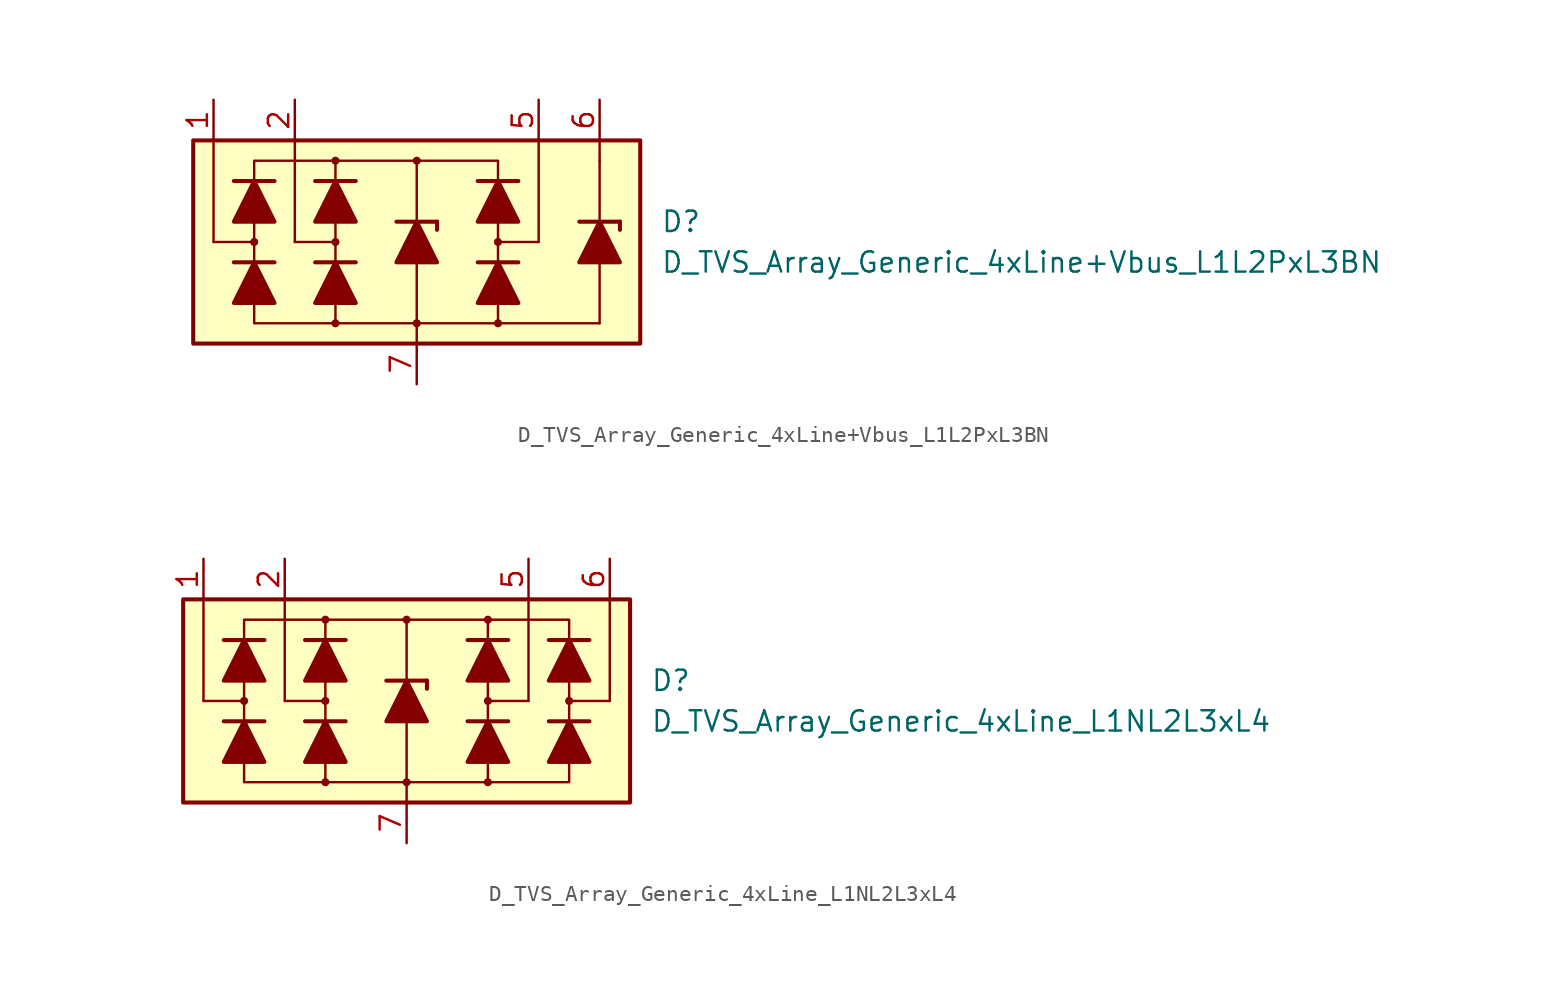
<source format=kicad_sym>
(kicad_symbol_lib
  (version 20211014)
  (generator kicad_symbol_editor)
  (symbol "D_TVS_Array_Generic_4xLine+Vbus_L1L2PxL3BN"
    (pin_names
      (offset 1.016) hide)
    (property "Reference" "D"
      (at 15.24 1.27 0)
      (effects (font (size 1.27 1.27)) (justify left)))
    (property "Value" "D_TVS_Array_Generic_4xLine+Vbus_L1L2PxL3BN"
      (at 15.24 -1.27 0)
      (effects (font (size 1.27 1.27)) (justify left)))
    (symbol "D_TVS_Array_Generic_4xLine+Vbus_L1L2PxL3BN_0_1"
      (rectangle (start -13.97 6.35) (end 13.97 -6.35) (stroke (width 0.254) (type default) (color 0 0 0 0)) (fill (type background)))
      (circle (center -5.08 0) (radius 0.178) (stroke (width 0) (type default) (color 0 0 0 0)) (fill (type outline)))
      (polyline (pts (xy -7.62 0) (xy -7.62 6.35)) (stroke (width 0) (type default) (color 0 0 0 0)) (fill (type none)))
      (polyline (pts (xy -5.08 -1.27) (xy -5.08 1.27)) (stroke (width 0) (type default) (color 0 0 0 0)) (fill (type none)))
      (polyline (pts (xy -5.08 0) (xy -7.62 0)) (stroke (width 0) (type default) (color 0 0 0 0)) (fill (type none)))
      (polyline (pts (xy 0 -5.08) (xy 0 -6.35)) (stroke (width 0) (type default) (color 0 0 0 0)) (fill (type none)))
      (polyline (pts (xy 0 -1.27) (xy 0 -5.08)) (stroke (width 0) (type default) (color 0 0 0 0)) (fill (type none)))
      (polyline (pts (xy 0 5.08) (xy 0 1.27)) (stroke (width 0) (type default) (color 0 0 0 0)) (fill (type none)))
      (polyline (pts (xy 5.08 -5.08) (xy 11.43 -5.08)) (stroke (width 0) (type default) (color 0 0 0 0)) (fill (type none)))
      (polyline (pts (xy 5.08 -1.27) (xy 5.08 1.27)) (stroke (width 0) (type default) (color 0 0 0 0)) (fill (type none)))
      (polyline (pts (xy 5.08 0) (xy 7.62 0)) (stroke (width 0) (type default) (color 0 0 0 0)) (fill (type none)))
      (polyline (pts (xy 7.62 0) (xy 7.62 6.35)) (stroke (width 0) (type default) (color 0 0 0 0)) (fill (type none)))
      (polyline (pts (xy 11.43 5.08) (xy 11.43 6.35)) (stroke (width 0) (type default) (color 0 0 0 0)) (fill (type none)))
      (polyline (pts (xy -5.08 -5.08) (xy -10.16 -5.08) (xy -10.16 5.08) (xy -5.08 5.08)) (stroke (width 0) (type default) (color 0 0 0 0)) (fill (type none)))
      (polyline (pts (xy -5.08 -3.81) (xy -5.08 -5.08) (xy 5.08 -5.08) (xy 5.08 -3.81)) (stroke (width 0) (type default) (color 0 0 0 0)) (fill (type none)))
      (polyline (pts (xy -5.08 3.81) (xy -5.08 5.08) (xy 5.08 5.08) (xy 5.08 3.81)) (stroke (width 0) (type default) (color 0 0 0 0)) (fill (type none)))
      (circle (center 0 5.08) (radius 0.178) (stroke (width 0) (type default) (color 0 0 0 0)) (fill (type outline)))
      (circle (center 5.08 0) (radius 0.178) (stroke (width 0) (type default) (color 0 0 0 0)) (fill (type outline))))
    (symbol "D_TVS_Array_Generic_4xLine+Vbus_L1L2PxL3BN_1_1"
      (circle (center -10.16 0) (radius 0.178) (stroke (width 0) (type default) (color 0 0 0 0)) (fill (type outline)))
      (circle (center -5.08 -5.08) (radius 0.178) (stroke (width 0) (type default) (color 0 0 0 0)) (fill (type outline)))
      (circle (center -5.08 5.08) (radius 0.178) (stroke (width 0) (type default) (color 0 0 0 0)) (fill (type outline)))
      (circle (center 0 -5.08) (radius 0.178) (stroke (width 0) (type default) (color 0 0 0 0)) (fill (type outline)))
      (polyline (pts (xy -12.7 0) (xy -12.7 6.35)) (stroke (width 0) (type default) (color 0 0 0 0)) (fill (type none)))
      (polyline (pts (xy -10.16 0) (xy -12.7 0)) (stroke (width 0) (type default) (color 0 0 0 0)) (fill (type none)))
      (polyline (pts (xy -8.89 -1.27) (xy -11.43 -1.27)) (stroke (width 0.254) (type default) (color 0 0 0 0)) (fill (type none)))
      (polyline (pts (xy -8.89 3.81) (xy -11.43 3.81)) (stroke (width 0.254) (type default) (color 0 0 0 0)) (fill (type none)))
      (polyline (pts (xy -5.08 -3.81) (xy -5.08 -1.27)) (stroke (width 0) (type default) (color 0 0 0 0)) (fill (type none)))
      (polyline (pts (xy -5.08 1.27) (xy -5.08 3.81)) (stroke (width 0) (type default) (color 0 0 0 0)) (fill (type none)))
      (polyline (pts (xy -3.81 -1.27) (xy -6.35 -1.27)) (stroke (width 0.254) (type default) (color 0 0 0 0)) (fill (type none)))
      (polyline (pts (xy -3.81 3.81) (xy -6.35 3.81)) (stroke (width 0.254) (type default) (color 0 0 0 0)) (fill (type none)))
      (polyline (pts (xy -1.27 1.27) (xy 1.27 1.27)) (stroke (width 0.254) (type default) (color 0 0 0 0)) (fill (type none)))
      (polyline (pts (xy 0 -1.27) (xy 0 1.27)) (stroke (width 0) (type default) (color 0 0 0 0)) (fill (type none)))
      (polyline (pts (xy 1.27 1.27) (xy 1.27 0.762)) (stroke (width 0.254) (type default) (color 0 0 0 0)) (fill (type none)))
      (polyline (pts (xy 5.08 -3.81) (xy 5.08 -1.27)) (stroke (width 0) (type default) (color 0 0 0 0)) (fill (type none)))
      (polyline (pts (xy 5.08 1.27) (xy 5.08 3.81)) (stroke (width 0) (type default) (color 0 0 0 0)) (fill (type none)))
      (polyline (pts (xy 6.35 -1.27) (xy 3.81 -1.27)) (stroke (width 0.254) (type default) (color 0 0 0 0)) (fill (type none)))
      (polyline (pts (xy 6.35 3.81) (xy 3.81 3.81)) (stroke (width 0.254) (type default) (color 0 0 0 0)) (fill (type none)))
      (polyline (pts (xy 10.16 1.27) (xy 12.7 1.27)) (stroke (width 0.254) (type default) (color 0 0 0 0)) (fill (type none)))
      (polyline (pts (xy 11.43 -1.27) (xy 11.43 -5.08)) (stroke (width 0) (type default) (color 0 0 0 0)) (fill (type none)))
      (polyline (pts (xy 11.43 -1.27) (xy 11.43 1.27)) (stroke (width 0) (type default) (color 0 0 0 0)) (fill (type none)))
      (polyline (pts (xy 11.43 5.08) (xy 11.43 1.27)) (stroke (width 0) (type default) (color 0 0 0 0)) (fill (type none)))
      (polyline (pts (xy 12.7 1.27) (xy 12.7 0.762)) (stroke (width 0.254) (type default) (color 0 0 0 0)) (fill (type none)))
      (polyline (pts (xy -8.89 -3.81) (xy -11.43 -3.81) (xy -10.16 -1.27) (xy -8.89 -3.81)) (stroke (width 0.254) (type default) (color 0 0 0 0)) (fill (type outline)))
      (polyline (pts (xy -8.89 1.27) (xy -11.43 1.27) (xy -10.16 3.81) (xy -8.89 1.27)) (stroke (width 0.254) (type default) (color 0 0 0 0)) (fill (type outline)))
      (polyline (pts (xy -3.81 -3.81) (xy -6.35 -3.81) (xy -5.08 -1.27) (xy -3.81 -3.81)) (stroke (width 0.254) (type default) (color 0 0 0 0)) (fill (type outline)))
      (polyline (pts (xy -3.81 1.27) (xy -6.35 1.27) (xy -5.08 3.81) (xy -3.81 1.27)) (stroke (width 0.254) (type default) (color 0 0 0 0)) (fill (type outline)))
      (polyline (pts (xy 1.27 -1.27) (xy -1.27 -1.27) (xy 0 1.27) (xy 1.27 -1.27)) (stroke (width 0.254) (type default) (color 0 0 0 0)) (fill (type outline)))
      (polyline (pts (xy 6.35 -3.81) (xy 3.81 -3.81) (xy 5.08 -1.27) (xy 6.35 -3.81)) (stroke (width 0.254) (type default) (color 0 0 0 0)) (fill (type outline)))
      (polyline (pts (xy 6.35 1.27) (xy 3.81 1.27) (xy 5.08 3.81) (xy 6.35 1.27)) (stroke (width 0.254) (type default) (color 0 0 0 0)) (fill (type outline)))
      (polyline (pts (xy 12.7 -1.27) (xy 10.16 -1.27) (xy 11.43 1.27) (xy 12.7 -1.27)) (stroke (width 0.254) (type default) (color 0 0 0 0)) (fill (type outline)))
      (circle (center 5.08 -5.08) (radius 0.178) (stroke (width 0) (type default) (color 0 0 0 0)) (fill (type outline)))
      (pin passive line (at -12.7 8.89 270) (length 2.54) (name "L1" (effects (font (size 1.27 1.27)))) (number "1" (effects (font (size 1.27 1.27)))))
      (pin passive line (at -7.62 8.89 270) (length 2.54) (name "L2" (effects (font (size 1.27 1.27)))) (number "2" (effects (font (size 1.27 1.27)))))
      (pin passive line (at 7.62 8.89 270) (length 2.54) (name "L2" (effects (font (size 1.27 1.27)))) (number "5" (effects (font (size 1.27 1.27)))))
      (pin passive line (at 11.43 8.89 270) (length 2.54) (name "B" (effects (font (size 1.27 1.27)))) (number "6" (effects (font (size 1.27 1.27)))))
      (pin passive line (at 0 -8.89 90) (length 2.54) (name "VN" (effects (font (size 1.27 1.27)))) (number "7" (effects (font (size 1.27 1.27)))))))
  (symbol "D_TVS_Array_Generic_4xLine_L1NL2L3xL4"
    (pin_names
      (offset 1.016) hide)
    (property "Reference" "D"
      (at 15.24 1.27 0)
      (effects (font (size 1.27 1.27)) (justify left)))
    (property "Value" "D_TVS_Array_Generic_4xLine_L1NL2L3xL4"
      (at 15.24 -1.27 0)
      (effects (font (size 1.27 1.27)) (justify left)))
    (symbol "D_TVS_Array_Generic_4xLine_L1NL2L3xL4_0_1"
      (rectangle (start -13.97 6.35) (end 13.97 -6.35) (stroke (width 0.254) (type default) (color 0 0 0 0)) (fill (type background)))
      (circle (center -5.08 0) (radius 0.178) (stroke (width 0) (type default) (color 0 0 0 0)) (fill (type outline)))
      (polyline (pts (xy -7.62 0) (xy -7.62 6.35)) (stroke (width 0) (type default) (color 0 0 0 0)) (fill (type none)))
      (polyline (pts (xy -5.08 -1.27) (xy -5.08 1.27)) (stroke (width 0) (type default) (color 0 0 0 0)) (fill (type none)))
      (polyline (pts (xy -5.08 0) (xy -7.62 0)) (stroke (width 0) (type default) (color 0 0 0 0)) (fill (type none)))
      (polyline (pts (xy 0 -5.08) (xy 0 -6.35)) (stroke (width 0) (type default) (color 0 0 0 0)) (fill (type none)))
      (polyline (pts (xy 0 -1.27) (xy 0 -5.08)) (stroke (width 0) (type default) (color 0 0 0 0)) (fill (type none)))
      (polyline (pts (xy 0 1.27) (xy 0 5.08)) (stroke (width 0) (type default) (color 0 0 0 0)) (fill (type none)))
      (polyline (pts (xy 5.08 -1.27) (xy 5.08 1.27)) (stroke (width 0) (type default) (color 0 0 0 0)) (fill (type none)))
      (polyline (pts (xy 5.08 0) (xy 7.62 0)) (stroke (width 0) (type default) (color 0 0 0 0)) (fill (type none)))
      (polyline (pts (xy 7.62 0) (xy 7.62 6.35)) (stroke (width 0) (type default) (color 0 0 0 0)) (fill (type none)))
      (polyline (pts (xy -5.08 -5.08) (xy -10.16 -5.08) (xy -10.16 5.08) (xy -5.08 5.08)) (stroke (width 0) (type default) (color 0 0 0 0)) (fill (type none)))
      (polyline (pts (xy -5.08 -3.81) (xy -5.08 -5.08) (xy 5.08 -5.08) (xy 5.08 -3.81)) (stroke (width 0) (type default) (color 0 0 0 0)) (fill (type none)))
      (polyline (pts (xy -5.08 3.81) (xy -5.08 5.08) (xy 5.08 5.08) (xy 5.08 3.81)) (stroke (width 0) (type default) (color 0 0 0 0)) (fill (type none)))
      (polyline (pts (xy 5.08 -5.08) (xy 10.16 -5.08) (xy 10.16 5.08) (xy 5.08 5.08)) (stroke (width 0) (type default) (color 0 0 0 0)) (fill (type none)))
      (circle (center 0 5.08) (radius 0.178) (stroke (width 0) (type default) (color 0 0 0 0)) (fill (type outline)))
      (circle (center 5.08 0) (radius 0.178) (stroke (width 0) (type default) (color 0 0 0 0)) (fill (type outline))))
    (symbol "D_TVS_Array_Generic_4xLine_L1NL2L3xL4_1_1"
      (circle (center -10.16 0) (radius 0.178) (stroke (width 0) (type default) (color 0 0 0 0)) (fill (type outline)))
      (circle (center -5.08 -5.08) (radius 0.178) (stroke (width 0) (type default) (color 0 0 0 0)) (fill (type outline)))
      (circle (center -5.08 5.08) (radius 0.178) (stroke (width 0) (type default) (color 0 0 0 0)) (fill (type outline)))
      (circle (center 0 -5.08) (radius 0.178) (stroke (width 0) (type default) (color 0 0 0 0)) (fill (type outline)))
      (polyline (pts (xy -12.7 0) (xy -12.7 6.35)) (stroke (width 0) (type default) (color 0 0 0 0)) (fill (type none)))
      (polyline (pts (xy -10.16 0) (xy -12.7 0)) (stroke (width 0) (type default) (color 0 0 0 0)) (fill (type none)))
      (polyline (pts (xy -8.89 -1.27) (xy -11.43 -1.27)) (stroke (width 0.254) (type default) (color 0 0 0 0)) (fill (type none)))
      (polyline (pts (xy -8.89 3.81) (xy -11.43 3.81)) (stroke (width 0.254) (type default) (color 0 0 0 0)) (fill (type none)))
      (polyline (pts (xy -5.08 -3.81) (xy -5.08 -1.27)) (stroke (width 0) (type default) (color 0 0 0 0)) (fill (type none)))
      (polyline (pts (xy -5.08 1.27) (xy -5.08 3.81)) (stroke (width 0) (type default) (color 0 0 0 0)) (fill (type none)))
      (polyline (pts (xy -3.81 -1.27) (xy -6.35 -1.27)) (stroke (width 0.254) (type default) (color 0 0 0 0)) (fill (type none)))
      (polyline (pts (xy -3.81 3.81) (xy -6.35 3.81)) (stroke (width 0.254) (type default) (color 0 0 0 0)) (fill (type none)))
      (polyline (pts (xy -1.27 1.27) (xy 1.27 1.27)) (stroke (width 0.254) (type default) (color 0 0 0 0)) (fill (type none)))
      (polyline (pts (xy 0 -1.27) (xy 0 1.27)) (stroke (width 0) (type default) (color 0 0 0 0)) (fill (type none)))
      (polyline (pts (xy 1.27 1.27) (xy 1.27 0.762)) (stroke (width 0.254) (type default) (color 0 0 0 0)) (fill (type none)))
      (polyline (pts (xy 5.08 -3.81) (xy 5.08 -1.27)) (stroke (width 0) (type default) (color 0 0 0 0)) (fill (type none)))
      (polyline (pts (xy 5.08 1.27) (xy 5.08 3.81)) (stroke (width 0) (type default) (color 0 0 0 0)) (fill (type none)))
      (polyline (pts (xy 6.35 -1.27) (xy 3.81 -1.27)) (stroke (width 0.254) (type default) (color 0 0 0 0)) (fill (type none)))
      (polyline (pts (xy 6.35 3.81) (xy 3.81 3.81)) (stroke (width 0.254) (type default) (color 0 0 0 0)) (fill (type none)))
      (polyline (pts (xy 10.16 0) (xy 12.7 0)) (stroke (width 0) (type default) (color 0 0 0 0)) (fill (type none)))
      (polyline (pts (xy 11.43 -1.27) (xy 8.89 -1.27)) (stroke (width 0.254) (type default) (color 0 0 0 0)) (fill (type none)))
      (polyline (pts (xy 11.43 3.81) (xy 8.89 3.81)) (stroke (width 0.254) (type default) (color 0 0 0 0)) (fill (type none)))
      (polyline (pts (xy 12.7 0) (xy 12.7 6.35)) (stroke (width 0) (type default) (color 0 0 0 0)) (fill (type none)))
      (polyline (pts (xy -8.89 -3.81) (xy -11.43 -3.81) (xy -10.16 -1.27) (xy -8.89 -3.81)) (stroke (width 0.254) (type default) (color 0 0 0 0)) (fill (type outline)))
      (polyline (pts (xy -8.89 1.27) (xy -11.43 1.27) (xy -10.16 3.81) (xy -8.89 1.27)) (stroke (width 0.254) (type default) (color 0 0 0 0)) (fill (type outline)))
      (polyline (pts (xy -3.81 -3.81) (xy -6.35 -3.81) (xy -5.08 -1.27) (xy -3.81 -3.81)) (stroke (width 0.254) (type default) (color 0 0 0 0)) (fill (type outline)))
      (polyline (pts (xy -3.81 1.27) (xy -6.35 1.27) (xy -5.08 3.81) (xy -3.81 1.27)) (stroke (width 0.254) (type default) (color 0 0 0 0)) (fill (type outline)))
      (polyline (pts (xy 1.27 -1.27) (xy -1.27 -1.27) (xy 0 1.27) (xy 1.27 -1.27)) (stroke (width 0.254) (type default) (color 0 0 0 0)) (fill (type outline)))
      (polyline (pts (xy 6.35 -3.81) (xy 3.81 -3.81) (xy 5.08 -1.27) (xy 6.35 -3.81)) (stroke (width 0.254) (type default) (color 0 0 0 0)) (fill (type outline)))
      (polyline (pts (xy 6.35 1.27) (xy 3.81 1.27) (xy 5.08 3.81) (xy 6.35 1.27)) (stroke (width 0.254) (type default) (color 0 0 0 0)) (fill (type outline)))
      (polyline (pts (xy 11.43 -3.81) (xy 8.89 -3.81) (xy 10.16 -1.27) (xy 11.43 -3.81)) (stroke (width 0.254) (type default) (color 0 0 0 0)) (fill (type outline)))
      (polyline (pts (xy 11.43 1.27) (xy 8.89 1.27) (xy 10.16 3.81) (xy 11.43 1.27)) (stroke (width 0.254) (type default) (color 0 0 0 0)) (fill (type outline)))
      (circle (center 5.08 -5.08) (radius 0.178) (stroke (width 0) (type default) (color 0 0 0 0)) (fill (type outline)))
      (circle (center 5.08 5.08) (radius 0.178) (stroke (width 0) (type default) (color 0 0 0 0)) (fill (type outline)))
      (circle (center 10.16 0) (radius 0.178) (stroke (width 0) (type default) (color 0 0 0 0)) (fill (type outline)))
      (pin passive line (at -12.7 8.89 270) (length 2.54) (name "L1" (effects (font (size 1.27 1.27)))) (number "1" (effects (font (size 1.27 1.27)))))
      (pin passive line (at -7.62 8.89 270) (length 2.54) (name "L2" (effects (font (size 1.27 1.27)))) (number "2" (effects (font (size 1.27 1.27)))))
      (pin passive line (at 7.62 8.89 270) (length 2.54) (name "L3" (effects (font (size 1.27 1.27)))) (number "5" (effects (font (size 1.27 1.27)))))
      (pin passive line (at 12.7 8.89 270) (length 2.54) (name "L4" (effects (font (size 1.27 1.27)))) (number "6" (effects (font (size 1.27 1.27)))))
      (pin passive line (at 0 -8.89 90) (length 2.54) (name "VN" (effects (font (size 1.27 1.27)))) (number "7" (effects (font (size 1.27 1.27))))))))
</source>
